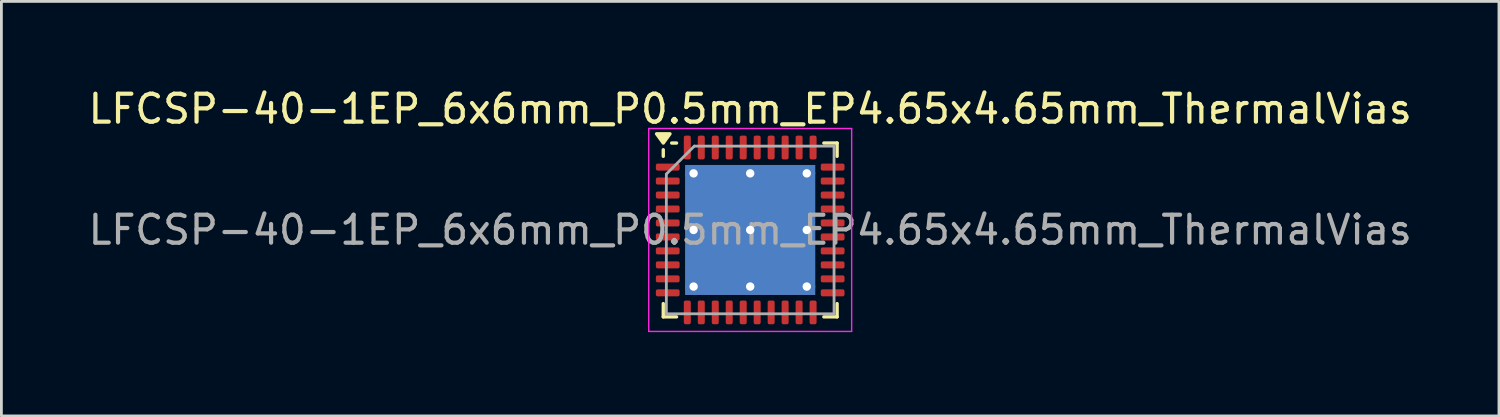
<source format=kicad_pcb>
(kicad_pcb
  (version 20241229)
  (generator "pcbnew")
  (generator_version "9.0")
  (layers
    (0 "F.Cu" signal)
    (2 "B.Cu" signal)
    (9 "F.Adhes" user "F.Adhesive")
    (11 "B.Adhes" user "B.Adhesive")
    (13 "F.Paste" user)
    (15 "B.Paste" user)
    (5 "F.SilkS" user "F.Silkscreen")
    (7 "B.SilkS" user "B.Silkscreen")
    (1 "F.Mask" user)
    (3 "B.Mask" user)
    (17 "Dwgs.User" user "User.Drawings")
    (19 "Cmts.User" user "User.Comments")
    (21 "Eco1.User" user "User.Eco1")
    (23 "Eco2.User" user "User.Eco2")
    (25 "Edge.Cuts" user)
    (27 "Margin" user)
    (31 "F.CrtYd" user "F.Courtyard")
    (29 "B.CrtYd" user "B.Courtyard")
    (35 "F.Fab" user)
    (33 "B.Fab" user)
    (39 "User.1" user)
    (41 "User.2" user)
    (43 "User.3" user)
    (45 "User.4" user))
  (footprint "LFCSP-40-1EP_6x6mm_P0.5mm_EP4.65x4.65mm_ThermalVias"
    (layer "F.Cu")
    (at 23.792 5.178)
    (property "Reference" "LFCSP-40-1EP_6x6mm_P0.5mm_EP4.65x4.65mm_ThermalVias" (at 0 -4.33 0) (layer "F.SilkS") (effects (font (size 1 1) (thickness 0.15))))
    (attr smd)
    (fp_line (start -3.11 -2.635) (end -3.11 -2.87) (stroke (width 0.12) (type solid)) (layer "F.SilkS"))
    (fp_line (start -3.11 3.11) (end -3.11 2.635) (stroke (width 0.12) (type solid)) (layer "F.SilkS"))
    (fp_line (start -2.635 -3.11) (end -2.81 -3.11) (stroke (width 0.12) (type solid)) (layer "F.SilkS"))
    (fp_line (start -2.635 3.11) (end -3.11 3.11) (stroke (width 0.12) (type solid)) (layer "F.SilkS"))
    (fp_line (start 2.635 -3.11) (end 3.11 -3.11) (stroke (width 0.12) (type solid)) (layer "F.SilkS"))
    (fp_line (start 2.635 3.11) (end 3.11 3.11) (stroke (width 0.12) (type solid)) (layer "F.SilkS"))
    (fp_line (start 3.11 -3.11) (end 3.11 -2.635) (stroke (width 0.12) (type solid)) (layer "F.SilkS"))
    (fp_line (start 3.11 3.11) (end 3.11 2.635) (stroke (width 0.12) (type solid)) (layer "F.SilkS"))
    (fp_poly (pts (xy -3.11 -3.11) (xy -3.35 -3.44) (xy -2.87 -3.44) (xy -3.11 -3.11)) (stroke (width 0.12) (type solid)) (fill yes) (layer "F.SilkS"))
    (fp_line (start -3.63 -3.63) (end -3.63 3.63) (stroke (width 0.05) (type solid)) (layer "F.CrtYd"))
    (fp_line (start -3.63 3.63) (end 3.63 3.63) (stroke (width 0.05) (type solid)) (layer "F.CrtYd"))
    (fp_line (start 3.63 -3.63) (end -3.63 -3.63) (stroke (width 0.05) (type solid)) (layer "F.CrtYd"))
    (fp_line (start 3.63 3.63) (end 3.63 -3.63) (stroke (width 0.05) (type solid)) (layer "F.CrtYd"))
    (fp_line (start -3 -2) (end -2 -3) (stroke (width 0.1) (type solid)) (layer "F.Fab"))
    (fp_line (start -3 3) (end -3 -2) (stroke (width 0.1) (type solid)) (layer "F.Fab"))
    (fp_line (start -2 -3) (end 3 -3) (stroke (width 0.1) (type solid)) (layer "F.Fab"))
    (fp_line (start 3 -3) (end 3 3) (stroke (width 0.1) (type solid)) (layer "F.Fab"))
    (fp_line (start 3 3) (end -3 3) (stroke (width 0.1) (type solid)) (layer "F.Fab"))
    (fp_text user "${REFERENCE}" (at 0 0 0) (layer "F.Fab") (effects (font (size 1 1) (thickness 0.15))))
    (pad "" smd custom (at -1.012 -1.012) (size 1.752 1.752) (layers "F.Paste") (options (anchor circle)) (primitives (gr_poly (pts (xy -0.779 -0.619) (xy -0.619 -0.779) (xy 0.619 -0.779) (xy 0.779 -0.619) (xy 0.779 0.619) (xy 0.619 0.779) (xy -0.619 0.779) (xy -0.779 0.619)) (width 0.387) (fill yes))))
    (pad "" smd custom (at -1.012 1.012) (size 1.752 1.752) (layers "F.Paste") (options (anchor circle)) (primitives (gr_poly (pts (xy -0.779 -0.619) (xy -0.619 -0.779) (xy 0.619 -0.779) (xy 0.779 -0.619) (xy 0.779 0.619) (xy 0.619 0.779) (xy -0.619 0.779) (xy -0.779 0.619)) (width 0.387) (fill yes))))
    (pad "" smd custom (at 1.012 -1.012) (size 1.752 1.752) (layers "F.Paste") (options (anchor circle)) (primitives (gr_poly (pts (xy -0.779 -0.619) (xy -0.619 -0.779) (xy 0.619 -0.779) (xy 0.779 -0.619) (xy 0.779 0.619) (xy 0.619 0.779) (xy -0.619 0.779) (xy -0.779 0.619)) (width 0.387) (fill yes))))
    (pad "" smd custom (at 1.012 1.012) (size 1.752 1.752) (layers "F.Paste") (options (anchor circle)) (primitives (gr_poly (pts (xy -0.779 -0.619) (xy -0.619 -0.779) (xy 0.619 -0.779) (xy 0.779 -0.619) (xy 0.779 0.619) (xy 0.619 0.779) (xy -0.619 0.779) (xy -0.779 0.619)) (width 0.387) (fill yes))))
    (pad "1" smd roundrect (at -2.95 -2.25) (size 0.85 0.25) (layers "F.Cu" "F.Mask" "F.Paste") (roundrect_rratio 0.25))
    (pad "2" smd roundrect (at -2.95 -1.75) (size 0.85 0.25) (layers "F.Cu" "F.Mask" "F.Paste") (roundrect_rratio 0.25))
    (pad "3" smd roundrect (at -2.95 -1.25) (size 0.85 0.25) (layers "F.Cu" "F.Mask" "F.Paste") (roundrect_rratio 0.25))
    (pad "4" smd roundrect (at -2.95 -0.75) (size 0.85 0.25) (layers "F.Cu" "F.Mask" "F.Paste") (roundrect_rratio 0.25))
    (pad "5" smd roundrect (at -2.95 -0.25) (size 0.85 0.25) (layers "F.Cu" "F.Mask" "F.Paste") (roundrect_rratio 0.25))
    (pad "6" smd roundrect (at -2.95 0.25) (size 0.85 0.25) (layers "F.Cu" "F.Mask" "F.Paste") (roundrect_rratio 0.25))
    (pad "7" smd roundrect (at -2.95 0.75) (size 0.85 0.25) (layers "F.Cu" "F.Mask" "F.Paste") (roundrect_rratio 0.25))
    (pad "8" smd roundrect (at -2.95 1.25) (size 0.85 0.25) (layers "F.Cu" "F.Mask" "F.Paste") (roundrect_rratio 0.25))
    (pad "9" smd roundrect (at -2.95 1.75) (size 0.85 0.25) (layers "F.Cu" "F.Mask" "F.Paste") (roundrect_rratio 0.25))
    (pad "10" smd roundrect (at -2.95 2.25) (size 0.85 0.25) (layers "F.Cu" "F.Mask" "F.Paste") (roundrect_rratio 0.25))
    (pad "11" smd roundrect (at -2.25 2.95) (size 0.25 0.85) (layers "F.Cu" "F.Mask" "F.Paste") (roundrect_rratio 0.25))
    (pad "12" smd roundrect (at -1.75 2.95) (size 0.25 0.85) (layers "F.Cu" "F.Mask" "F.Paste") (roundrect_rratio 0.25))
    (pad "13" smd roundrect (at -1.25 2.95) (size 0.25 0.85) (layers "F.Cu" "F.Mask" "F.Paste") (roundrect_rratio 0.25))
    (pad "14" smd roundrect (at -0.75 2.95) (size 0.25 0.85) (layers "F.Cu" "F.Mask" "F.Paste") (roundrect_rratio 0.25))
    (pad "15" smd roundrect (at -0.25 2.95) (size 0.25 0.85) (layers "F.Cu" "F.Mask" "F.Paste") (roundrect_rratio 0.25))
    (pad "16" smd roundrect (at 0.25 2.95) (size 0.25 0.85) (layers "F.Cu" "F.Mask" "F.Paste") (roundrect_rratio 0.25))
    (pad "17" smd roundrect (at 0.75 2.95) (size 0.25 0.85) (layers "F.Cu" "F.Mask" "F.Paste") (roundrect_rratio 0.25))
    (pad "18" smd roundrect (at 1.25 2.95) (size 0.25 0.85) (layers "F.Cu" "F.Mask" "F.Paste") (roundrect_rratio 0.25))
    (pad "19" smd roundrect (at 1.75 2.95) (size 0.25 0.85) (layers "F.Cu" "F.Mask" "F.Paste") (roundrect_rratio 0.25))
    (pad "20" smd roundrect (at 2.25 2.95) (size 0.25 0.85) (layers "F.Cu" "F.Mask" "F.Paste") (roundrect_rratio 0.25))
    (pad "21" smd roundrect (at 2.95 2.25) (size 0.85 0.25) (layers "F.Cu" "F.Mask" "F.Paste") (roundrect_rratio 0.25))
    (pad "22" smd roundrect (at 2.95 1.75) (size 0.85 0.25) (layers "F.Cu" "F.Mask" "F.Paste") (roundrect_rratio 0.25))
    (pad "23" smd roundrect (at 2.95 1.25) (size 0.85 0.25) (layers "F.Cu" "F.Mask" "F.Paste") (roundrect_rratio 0.25))
    (pad "24" smd roundrect (at 2.95 0.75) (size 0.85 0.25) (layers "F.Cu" "F.Mask" "F.Paste") (roundrect_rratio 0.25))
    (pad "25" smd roundrect (at 2.95 0.25) (size 0.85 0.25) (layers "F.Cu" "F.Mask" "F.Paste") (roundrect_rratio 0.25))
    (pad "26" smd roundrect (at 2.95 -0.25) (size 0.85 0.25) (layers "F.Cu" "F.Mask" "F.Paste") (roundrect_rratio 0.25))
    (pad "27" smd roundrect (at 2.95 -0.75) (size 0.85 0.25) (layers "F.Cu" "F.Mask" "F.Paste") (roundrect_rratio 0.25))
    (pad "28" smd roundrect (at 2.95 -1.25) (size 0.85 0.25) (layers "F.Cu" "F.Mask" "F.Paste") (roundrect_rratio 0.25))
    (pad "29" smd roundrect (at 2.95 -1.75) (size 0.85 0.25) (layers "F.Cu" "F.Mask" "F.Paste") (roundrect_rratio 0.25))
    (pad "30" smd roundrect (at 2.95 -2.25) (size 0.85 0.25) (layers "F.Cu" "F.Mask" "F.Paste") (roundrect_rratio 0.25))
    (pad "31" smd roundrect (at 2.25 -2.95) (size 0.25 0.85) (layers "F.Cu" "F.Mask" "F.Paste") (roundrect_rratio 0.25))
    (pad "32" smd roundrect (at 1.75 -2.95) (size 0.25 0.85) (layers "F.Cu" "F.Mask" "F.Paste") (roundrect_rratio 0.25))
    (pad "33" smd roundrect (at 1.25 -2.95) (size 0.25 0.85) (layers "F.Cu" "F.Mask" "F.Paste") (roundrect_rratio 0.25))
    (pad "34" smd roundrect (at 0.75 -2.95) (size 0.25 0.85) (layers "F.Cu" "F.Mask" "F.Paste") (roundrect_rratio 0.25))
    (pad "35" smd roundrect (at 0.25 -2.95) (size 0.25 0.85) (layers "F.Cu" "F.Mask" "F.Paste") (roundrect_rratio 0.25))
    (pad "36" smd roundrect (at -0.25 -2.95) (size 0.25 0.85) (layers "F.Cu" "F.Mask" "F.Paste") (roundrect_rratio 0.25))
    (pad "37" smd roundrect (at -0.75 -2.95) (size 0.25 0.85) (layers "F.Cu" "F.Mask" "F.Paste") (roundrect_rratio 0.25))
    (pad "38" smd roundrect (at -1.25 -2.95) (size 0.25 0.85) (layers "F.Cu" "F.Mask" "F.Paste") (roundrect_rratio 0.25))
    (pad "39" smd roundrect (at -1.75 -2.95) (size 0.25 0.85) (layers "F.Cu" "F.Mask" "F.Paste") (roundrect_rratio 0.25))
    (pad "40" smd roundrect (at -2.25 -2.95) (size 0.25 0.85) (layers "F.Cu" "F.Mask" "F.Paste") (roundrect_rratio 0.25))
    (pad "41" thru_hole circle (at -2.025 -2.025) (size 0.6 0.6) (drill 0.3) (property pad_prop_heatsink) (layers "*.Cu"))
    (pad "41" thru_hole circle (at -2.025 0) (size 0.6 0.6) (drill 0.3) (property pad_prop_heatsink) (layers "*.Cu"))
    (pad "41" thru_hole circle (at -2.025 2.025) (size 0.6 0.6) (drill 0.3) (property pad_prop_heatsink) (layers "*.Cu"))
    (pad "41" thru_hole circle (at 0 -2.025) (size 0.6 0.6) (drill 0.3) (property pad_prop_heatsink) (layers "*.Cu"))
    (pad "41" thru_hole circle (at 0 0) (size 0.6 0.6) (drill 0.3) (property pad_prop_heatsink) (layers "*.Cu"))
    (pad "41" smd rect (at 0 0) (size 4.65 4.65) (property pad_prop_heatsink) (layers "F.Cu" "F.Mask"))
    (pad "41" smd rect (at 0 0) (size 4.65 4.65) (property pad_prop_heatsink) (layers "B.Cu"))
    (pad "41" thru_hole circle (at 0 2.025) (size 0.6 0.6) (drill 0.3) (property pad_prop_heatsink) (layers "*.Cu"))
    (pad "41" thru_hole circle (at 2.025 -2.025) (size 0.6 0.6) (drill 0.3) (property pad_prop_heatsink) (layers "*.Cu"))
    (pad "41" thru_hole circle (at 2.025 0) (size 0.6 0.6) (drill 0.3) (property pad_prop_heatsink) (layers "*.Cu"))
    (pad "41" thru_hole circle (at 2.025 2.025) (size 0.6 0.6) (drill 0.3) (property pad_prop_heatsink) (layers "*.Cu")))
  (gr_rect
    (start -3 -3)
    (end 50.583 11.833)
    (stroke (width 0.1) (type default))
    (fill no)
    (layer "Edge.Cuts")))
</source>
